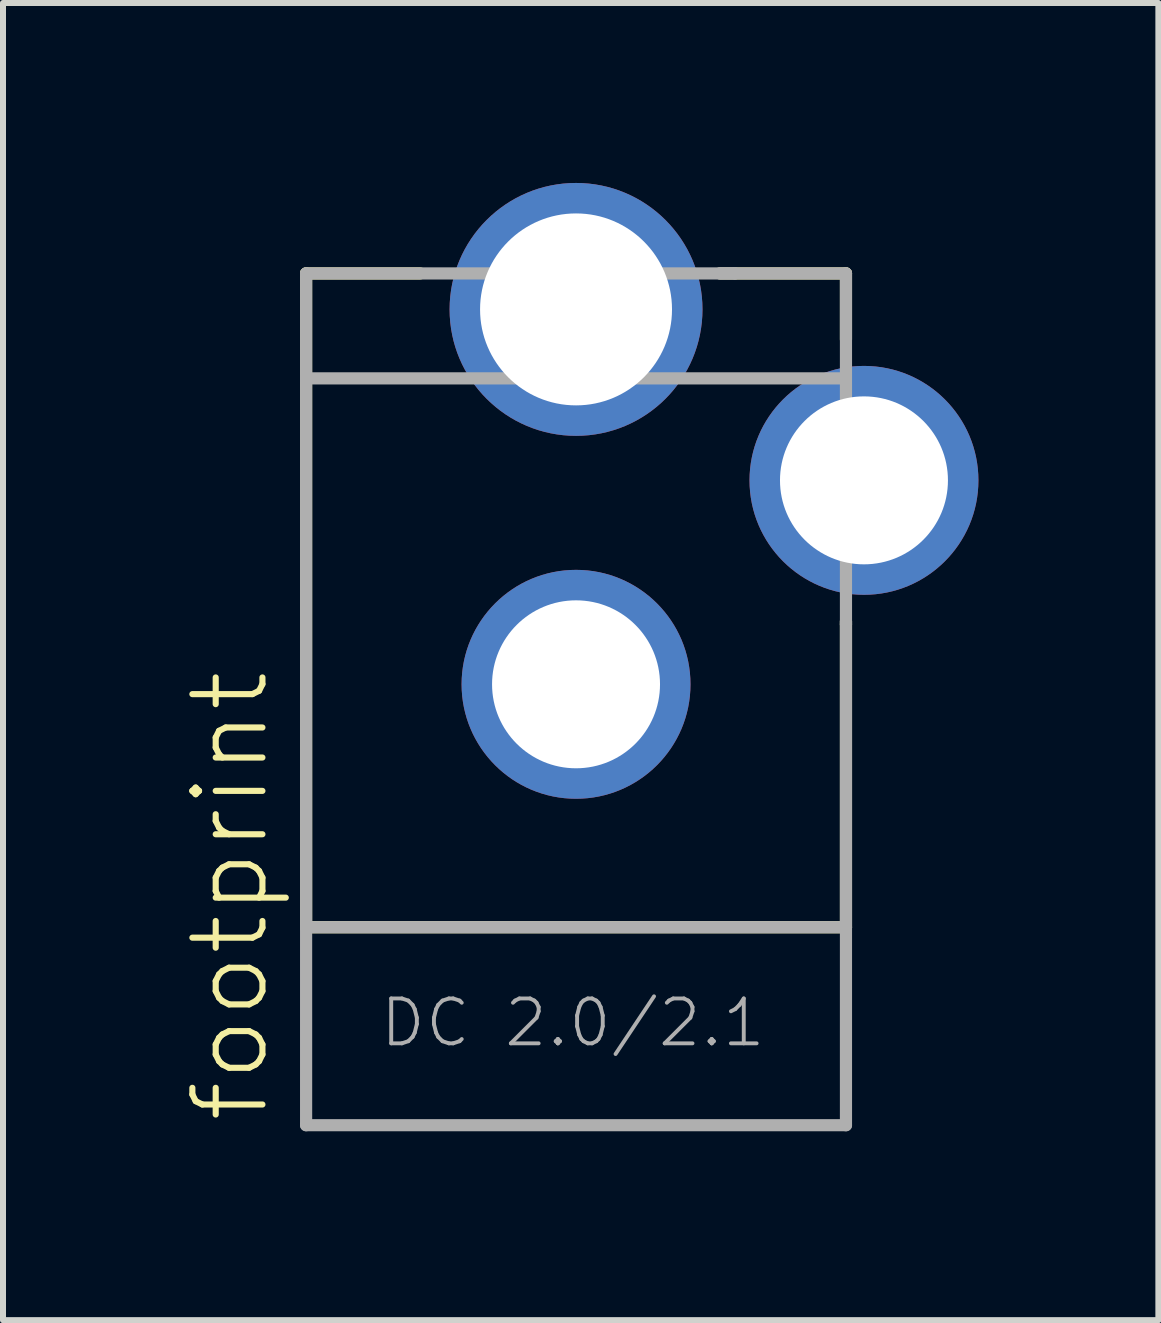
<source format=kicad_pcb>
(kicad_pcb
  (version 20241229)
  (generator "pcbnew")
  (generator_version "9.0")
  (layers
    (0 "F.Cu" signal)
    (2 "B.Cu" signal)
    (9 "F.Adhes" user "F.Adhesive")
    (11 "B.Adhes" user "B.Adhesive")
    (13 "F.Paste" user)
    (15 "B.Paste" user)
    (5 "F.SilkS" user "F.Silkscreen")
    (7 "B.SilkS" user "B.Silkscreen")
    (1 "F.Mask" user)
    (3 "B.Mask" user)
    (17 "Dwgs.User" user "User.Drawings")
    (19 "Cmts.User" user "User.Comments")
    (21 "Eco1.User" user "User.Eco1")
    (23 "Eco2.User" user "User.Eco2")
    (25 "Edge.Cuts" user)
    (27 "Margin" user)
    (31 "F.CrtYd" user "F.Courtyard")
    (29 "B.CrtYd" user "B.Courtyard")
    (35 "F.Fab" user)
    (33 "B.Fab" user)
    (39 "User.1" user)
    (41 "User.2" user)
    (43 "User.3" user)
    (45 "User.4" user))
  (footprint "footprint"
    (layer "F.Cu")
    (at 6.553 15.708)
    (property "Reference" "footprint" (at -5.08 0 90) (layer "F.SilkS") (effects (font (size 1.168 1.168) (thickness 0.102)) (justify left bottom)))
    (fp_line (start -4.5 -14.2) (end -2.6 -14.2) (stroke (width 0.203) (type solid)) (layer "F.SilkS"))
    (fp_line (start -4.5 -3.3) (end -4.5 -14.2) (stroke (width 0.203) (type solid)) (layer "F.SilkS"))
    (fp_line (start -4.5 -3.3) (end 4.5 -3.3) (stroke (width 0.203) (type solid)) (layer "F.SilkS"))
    (fp_line (start 4.5 -14.2) (end 2.4 -14.2) (stroke (width 0.203) (type solid)) (layer "F.SilkS"))
    (fp_line (start 4.5 -14.2) (end 4.5 -13.1) (stroke (width 0.203) (type solid)) (layer "F.SilkS"))
    (fp_line (start 4.5 -3.3) (end 4.5 -8.4) (stroke (width 0.203) (type solid)) (layer "F.SilkS"))
    (fp_line (start -4.5 -14.2) (end 2.65 -14.2) (stroke (width 0.203) (type solid)) (layer "F.Fab"))
    (fp_line (start -4.5 -12.45) (end -4.5 -14.2) (stroke (width 0.203) (type solid)) (layer "F.Fab"))
    (fp_line (start -4.5 -12.45) (end 4.4 -12.45) (stroke (width 0.203) (type solid)) (layer "F.Fab"))
    (fp_line (start -4.5 -3.3) (end -4.5 -12.45) (stroke (width 0.203) (type solid)) (layer "F.Fab"))
    (fp_line (start -4.5 -3.3) (end -4.5 0) (stroke (width 0.203) (type solid)) (layer "F.Fab"))
    (fp_line (start -4.5 -3.3) (end 4.5 -3.3) (stroke (width 0.203) (type solid)) (layer "F.Fab"))
    (fp_line (start 2.65 -14.2) (end 2.4 -14.2) (stroke (width 0.203) (type solid)) (layer "F.Fab"))
    (fp_line (start 4.5 -14.2) (end 2.65 -14.2) (stroke (width 0.203) (type solid)) (layer "F.Fab"))
    (fp_line (start 4.5 -14.2) (end 4.5 -8.35) (stroke (width 0.203) (type solid)) (layer "F.Fab"))
    (fp_line (start 4.5 -8.35) (end 4.5 -8.4) (stroke (width 0.203) (type solid)) (layer "F.Fab"))
    (fp_line (start 4.5 -3.3) (end 4.5 -8.35) (stroke (width 0.203) (type solid)) (layer "F.Fab"))
    (fp_line (start 4.5 0) (end -4.5 0) (stroke (width 0.203) (type solid)) (layer "F.Fab"))
    (fp_line (start 4.5 0) (end 4.5 -3.3) (stroke (width 0.203) (type solid)) (layer "F.Fab"))
    (fp_text user "DC 2.0/2.1" (at -3.302 -1.27 0) (layer "F.Fab") (effects (font (size 0.748 0.748) (thickness 0.065)) (justify left bottom)))
    (pad "GND" thru_hole circle (at 0 -7.35) (size 3.816 3.816) (drill 2.8) (layers "*.Cu" "*.Mask"))
    (pad "GNDBREAK" thru_hole circle (at 4.8 -10.75 90) (size 3.816 3.816) (drill 2.8) (layers "*.Cu" "*.Mask"))
    (pad "PWR" thru_hole circle (at 0 -13.6) (size 4.216 4.216) (drill 3.2) (layers "*.Cu" "*.Mask")))
  (gr_rect
    (start -3 -3)
    (end 16.261 18.958)
    (stroke (width 0.1) (type default))
    (fill no)
    (layer "Edge.Cuts")))
</source>
